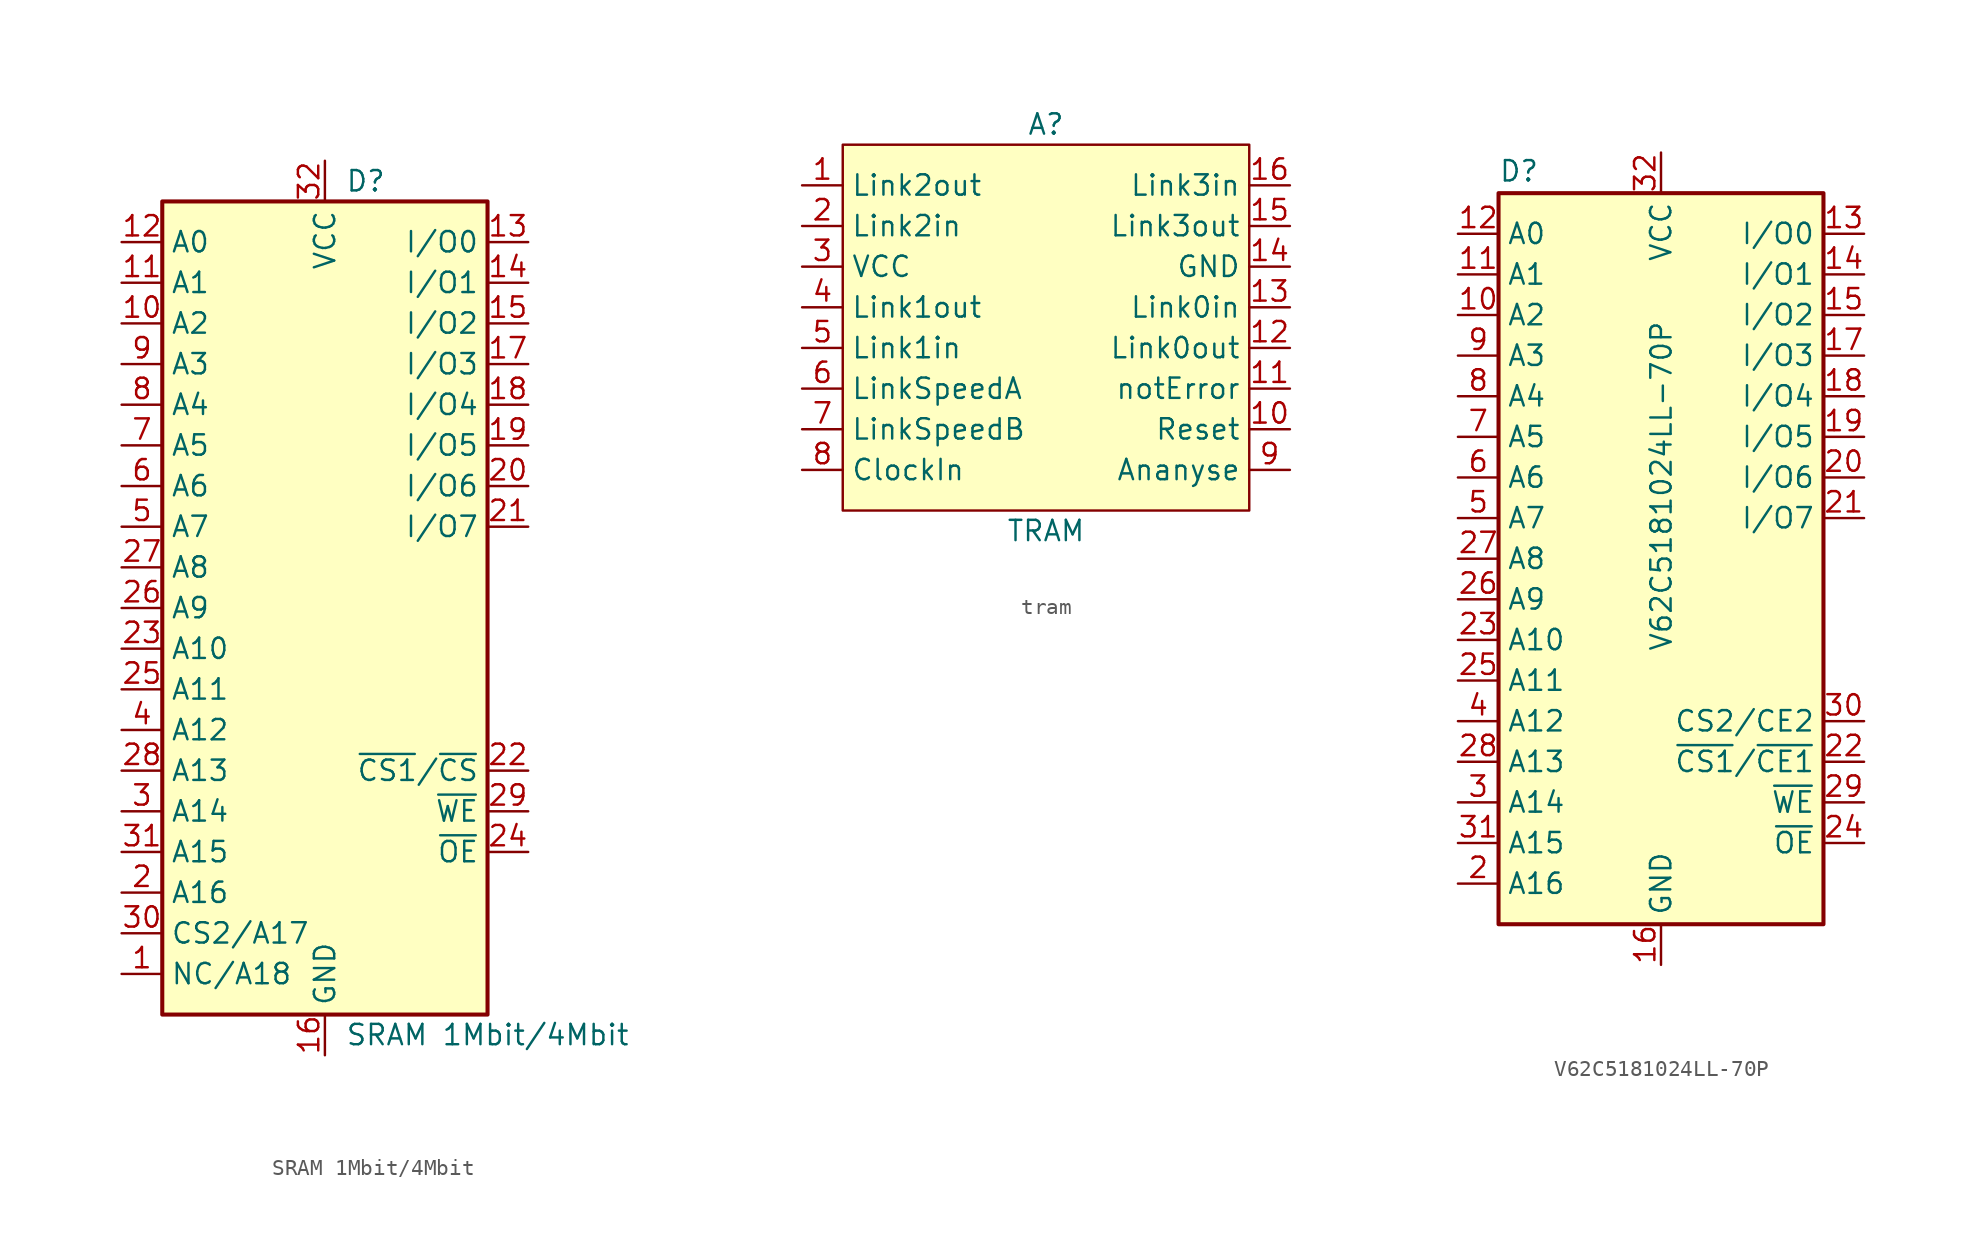
<source format=kicad_sym>
(kicad_symbol_lib
  (version 20241209)
  (generator "kicad_symbol_editor")
  (generator_version "9.0")
  (symbol "SRAM 1Mbit/4Mbit"
    (property "Reference" "D"
      (at 1.27 24.13 0)
      (effects (font (size 1.27 1.27)) (justify left)))
    (property "Value" "SRAM 1Mbit/4Mbit"
      (at 1.27 -29.21 0)
      (effects (font (size 1.27 1.27)) (justify left)))
    (symbol "SRAM 1Mbit/4Mbit_0_0"
      (pin power_in line (at 0 25.4 270) (length 2.54) (name "VCC" (effects (font (size 1.27 1.27)))) (number "32" (effects (font (size 1.27 1.27)))))
      (pin power_in line (at 0 -30.48 90) (length 2.54) (name "GND" (effects (font (size 1.27 1.27)))) (number "16" (effects (font (size 1.27 1.27))))))
    (symbol "SRAM 1Mbit/4Mbit_0_1"
      (rectangle (start -10.16 22.86) (end 10.16 -27.94) (stroke (width 0.254) (type default)) (fill (type background))))
    (symbol "SRAM 1Mbit/4Mbit_1_1"
      (pin input line (at -12.7 20.32 0) (length 2.54) (name "A0" (effects (font (size 1.27 1.27)))) (number "12" (effects (font (size 1.27 1.27)))))
      (pin input line (at -12.7 17.78 0) (length 2.54) (name "A1" (effects (font (size 1.27 1.27)))) (number "11" (effects (font (size 1.27 1.27)))))
      (pin input line (at -12.7 15.24 0) (length 2.54) (name "A2" (effects (font (size 1.27 1.27)))) (number "10" (effects (font (size 1.27 1.27)))))
      (pin input line (at -12.7 12.7 0) (length 2.54) (name "A3" (effects (font (size 1.27 1.27)))) (number "9" (effects (font (size 1.27 1.27)))))
      (pin input line (at -12.7 10.16 0) (length 2.54) (name "A4" (effects (font (size 1.27 1.27)))) (number "8" (effects (font (size 1.27 1.27)))))
      (pin input line (at -12.7 7.62 0) (length 2.54) (name "A5" (effects (font (size 1.27 1.27)))) (number "7" (effects (font (size 1.27 1.27)))))
      (pin input line (at -12.7 5.08 0) (length 2.54) (name "A6" (effects (font (size 1.27 1.27)))) (number "6" (effects (font (size 1.27 1.27)))))
      (pin input line (at -12.7 2.54 0) (length 2.54) (name "A7" (effects (font (size 1.27 1.27)))) (number "5" (effects (font (size 1.27 1.27)))))
      (pin input line (at -12.7 0 0) (length 2.54) (name "A8" (effects (font (size 1.27 1.27)))) (number "27" (effects (font (size 1.27 1.27)))))
      (pin input line (at -12.7 -2.54 0) (length 2.54) (name "A9" (effects (font (size 1.27 1.27)))) (number "26" (effects (font (size 1.27 1.27)))))
      (pin input line (at -12.7 -5.08 0) (length 2.54) (name "A10" (effects (font (size 1.27 1.27)))) (number "23" (effects (font (size 1.27 1.27)))))
      (pin input line (at -12.7 -7.62 0) (length 2.54) (name "A11" (effects (font (size 1.27 1.27)))) (number "25" (effects (font (size 1.27 1.27)))))
      (pin input line (at -12.7 -10.16 0) (length 2.54) (name "A12" (effects (font (size 1.27 1.27)))) (number "4" (effects (font (size 1.27 1.27)))))
      (pin input line (at -12.7 -12.7 0) (length 2.54) (name "A13" (effects (font (size 1.27 1.27)))) (number "28" (effects (font (size 1.27 1.27)))))
      (pin input line (at -12.7 -15.24 0) (length 2.54) (name "A14" (effects (font (size 1.27 1.27)))) (number "3" (effects (font (size 1.27 1.27)))))
      (pin input line (at -12.7 -17.78 0) (length 2.54) (name "A15" (effects (font (size 1.27 1.27)))) (number "31" (effects (font (size 1.27 1.27)))))
      (pin input line (at -12.7 -20.32 0) (length 2.54) (name "A16" (effects (font (size 1.27 1.27)))) (number "2" (effects (font (size 1.27 1.27)))))
      (pin input line (at -12.7 -22.86 0) (length 2.54) (name "CS2/A17" (effects (font (size 1.27 1.27)))) (number "30" (effects (font (size 1.27 1.27)))))
      (pin input line (at -12.7 -25.4 0) (length 2.54) (name "NC/A18" (effects (font (size 1.27 1.27)))) (number "1" (effects (font (size 1.27 1.27)))))
      (pin tri_state line (at 12.7 20.32 180) (length 2.54) (name "I/O0" (effects (font (size 1.27 1.27)))) (number "13" (effects (font (size 1.27 1.27)))))
      (pin tri_state line (at 12.7 17.78 180) (length 2.54) (name "I/O1" (effects (font (size 1.27 1.27)))) (number "14" (effects (font (size 1.27 1.27)))))
      (pin tri_state line (at 12.7 15.24 180) (length 2.54) (name "I/O2" (effects (font (size 1.27 1.27)))) (number "15" (effects (font (size 1.27 1.27)))))
      (pin tri_state line (at 12.7 12.7 180) (length 2.54) (name "I/O3" (effects (font (size 1.27 1.27)))) (number "17" (effects (font (size 1.27 1.27)))))
      (pin tri_state line (at 12.7 10.16 180) (length 2.54) (name "I/O4" (effects (font (size 1.27 1.27)))) (number "18" (effects (font (size 1.27 1.27)))))
      (pin tri_state line (at 12.7 7.62 180) (length 2.54) (name "I/O5" (effects (font (size 1.27 1.27)))) (number "19" (effects (font (size 1.27 1.27)))))
      (pin tri_state line (at 12.7 5.08 180) (length 2.54) (name "I/O6" (effects (font (size 1.27 1.27)))) (number "20" (effects (font (size 1.27 1.27)))))
      (pin tri_state line (at 12.7 2.54 180) (length 2.54) (name "I/O7" (effects (font (size 1.27 1.27)))) (number "21" (effects (font (size 1.27 1.27)))))
      (pin input line (at 12.7 -12.7 180) (length 2.54) (name "~{CS1}/~{CS}" (effects (font (size 1.27 1.27)))) (number "22" (effects (font (size 1.27 1.27)))))
      (pin input line (at 12.7 -15.24 180) (length 2.54) (name "~{WE}" (effects (font (size 1.27 1.27)))) (number "29" (effects (font (size 1.27 1.27)))))
      (pin input line (at 12.7 -17.78 180) (length 2.54) (name "~{OE}" (effects (font (size 1.27 1.27)))) (number "24" (effects (font (size 1.27 1.27)))))))
  (symbol "tram"
    (property "Reference" "A"
      (at 0 3.81 0)
      (do_not_autoplace)
      (effects (font (size 1.27 1.27))))
    (property "Value" "TRAM"
      (at 0 -21.59 0)
      (do_not_autoplace)
      (effects (font (size 1.27 1.27))))
    (symbol "tram_0_0"
      (pin output line (at -15.24 0 0) (length 2.54) (name "Link2out" (effects (font (size 1.27 1.27)))) (number "1" (effects (font (size 1.27 1.27)))))
      (pin input line (at -15.24 -2.54 0) (length 2.54) (name "Link2in" (effects (font (size 1.27 1.27)))) (number "2" (effects (font (size 1.27 1.27)))))
      (pin power_in line (at -15.24 -5.08 0) (length 2.54) (name "VCC" (effects (font (size 1.27 1.27)))) (number "3" (effects (font (size 1.27 1.27)))))
      (pin output line (at -15.24 -7.62 0) (length 2.54) (name "Link1out" (effects (font (size 1.27 1.27)))) (number "4" (effects (font (size 1.27 1.27)))))
      (pin input line (at -15.24 -10.16 0) (length 2.54) (name "Link1in" (effects (font (size 1.27 1.27)))) (number "5" (effects (font (size 1.27 1.27)))))
      (pin input line (at -15.24 -12.7 0) (length 2.54) (name "LinkSpeedA" (effects (font (size 1.27 1.27)))) (number "6" (effects (font (size 1.27 1.27)))))
      (pin input line (at -15.24 -15.24 0) (length 2.54) (name "LinkSpeedB" (effects (font (size 1.27 1.27)))) (number "7" (effects (font (size 1.27 1.27)))))
      (pin input line (at -15.24 -17.78 0) (length 2.54) (name "ClockIn" (effects (font (size 1.27 1.27)))) (number "8" (effects (font (size 1.27 1.27)))))
      (pin input line (at 15.24 0 180) (length 2.54) (name "Link3in" (effects (font (size 1.27 1.27)))) (number "16" (effects (font (size 1.27 1.27)))))
      (pin output line (at 15.24 -2.54 180) (length 2.54) (name "Link3out" (effects (font (size 1.27 1.27)))) (number "15" (effects (font (size 1.27 1.27)))))
      (pin power_in line (at 15.24 -5.08 180) (length 2.54) (name "GND" (effects (font (size 1.27 1.27)))) (number "14" (effects (font (size 1.27 1.27)))))
      (pin input line (at 15.24 -7.62 180) (length 2.54) (name "Link0in" (effects (font (size 1.27 1.27)))) (number "13" (effects (font (size 1.27 1.27)))))
      (pin output line (at 15.24 -10.16 180) (length 2.54) (name "Link0out" (effects (font (size 1.27 1.27)))) (number "12" (effects (font (size 1.27 1.27)))))
      (pin output line (at 15.24 -12.7 180) (length 2.54) (name "notError" (effects (font (size 1.27 1.27)))) (number "11" (effects (font (size 1.27 1.27)))))
      (pin input line (at 15.24 -15.24 180) (length 2.54) (name "Reset" (effects (font (size 1.27 1.27)))) (number "10" (effects (font (size 1.27 1.27)))))
      (pin input line (at 15.24 -17.78 180) (length 2.54) (name "Ananyse" (effects (font (size 1.27 1.27)))) (number "9" (effects (font (size 1.27 1.27))))))
    (symbol "tram_1_1"
      (rectangle (start -12.7 2.54) (end 12.7 -20.32) (stroke (width 0) (type solid)) (fill (type background)))))
  (symbol "V62C5181024LL-70P"
    (property "Reference" "D"
      (at -10.16 23.495 0)
      (effects (font (size 1.27 1.27)) (justify left bottom)))
    (property "Value" "V62C5181024LL-70P"
      (at 0.762 -5.842 90)
      (effects (font (size 1.27 1.27)) (justify left bottom)))
    (symbol "V62C5181024LL-70P_0_0"
      (pin power_in line (at 0 25.4 270) (length 2.54) (name "VCC" (effects (font (size 1.27 1.27)))) (number "32" (effects (font (size 1.27 1.27)))))
      (pin power_in line (at 0 -25.4 90) (length 2.54) (name "GND" (effects (font (size 1.27 1.27)))) (number "16" (effects (font (size 1.27 1.27))))))
    (symbol "V62C5181024LL-70P_0_1"
      (rectangle (start -10.16 22.86) (end 10.16 -22.86) (stroke (width 0.254) (type default)) (fill (type background))))
    (symbol "V62C5181024LL-70P_1_1"
      (pin input line (at -12.7 20.32 0) (length 2.54) (name "A0" (effects (font (size 1.27 1.27)))) (number "12" (effects (font (size 1.27 1.27)))))
      (pin input line (at -12.7 17.78 0) (length 2.54) (name "A1" (effects (font (size 1.27 1.27)))) (number "11" (effects (font (size 1.27 1.27)))))
      (pin input line (at -12.7 15.24 0) (length 2.54) (name "A2" (effects (font (size 1.27 1.27)))) (number "10" (effects (font (size 1.27 1.27)))))
      (pin input line (at -12.7 12.7 0) (length 2.54) (name "A3" (effects (font (size 1.27 1.27)))) (number "9" (effects (font (size 1.27 1.27)))))
      (pin input line (at -12.7 10.16 0) (length 2.54) (name "A4" (effects (font (size 1.27 1.27)))) (number "8" (effects (font (size 1.27 1.27)))))
      (pin input line (at -12.7 7.62 0) (length 2.54) (name "A5" (effects (font (size 1.27 1.27)))) (number "7" (effects (font (size 1.27 1.27)))))
      (pin input line (at -12.7 5.08 0) (length 2.54) (name "A6" (effects (font (size 1.27 1.27)))) (number "6" (effects (font (size 1.27 1.27)))))
      (pin input line (at -12.7 2.54 0) (length 2.54) (name "A7" (effects (font (size 1.27 1.27)))) (number "5" (effects (font (size 1.27 1.27)))))
      (pin input line (at -12.7 0 0) (length 2.54) (name "A8" (effects (font (size 1.27 1.27)))) (number "27" (effects (font (size 1.27 1.27)))))
      (pin input line (at -12.7 -2.54 0) (length 2.54) (name "A9" (effects (font (size 1.27 1.27)))) (number "26" (effects (font (size 1.27 1.27)))))
      (pin input line (at -12.7 -5.08 0) (length 2.54) (name "A10" (effects (font (size 1.27 1.27)))) (number "23" (effects (font (size 1.27 1.27)))))
      (pin input line (at -12.7 -7.62 0) (length 2.54) (name "A11" (effects (font (size 1.27 1.27)))) (number "25" (effects (font (size 1.27 1.27)))))
      (pin input line (at -12.7 -10.16 0) (length 2.54) (name "A12" (effects (font (size 1.27 1.27)))) (number "4" (effects (font (size 1.27 1.27)))))
      (pin input line (at -12.7 -12.7 0) (length 2.54) (name "A13" (effects (font (size 1.27 1.27)))) (number "28" (effects (font (size 1.27 1.27)))))
      (pin input line (at -12.7 -15.24 0) (length 2.54) (name "A14" (effects (font (size 1.27 1.27)))) (number "3" (effects (font (size 1.27 1.27)))))
      (pin input line (at -12.7 -17.78 0) (length 2.54) (name "A15" (effects (font (size 1.27 1.27)))) (number "31" (effects (font (size 1.27 1.27)))))
      (pin input line (at -12.7 -20.32 0) (length 2.54) (name "A16" (effects (font (size 1.27 1.27)))) (number "2" (effects (font (size 1.27 1.27)))))
      (pin no_connect line (at 10.16 -20.32 180) (length 2.54) (hide yes) (name "NC" (effects (font (size 1.27 1.27)))) (number "1" (effects (font (size 1.27 1.27)))))
      (pin tri_state line (at 12.7 20.32 180) (length 2.54) (name "I/O0" (effects (font (size 1.27 1.27)))) (number "13" (effects (font (size 1.27 1.27)))))
      (pin tri_state line (at 12.7 17.78 180) (length 2.54) (name "I/O1" (effects (font (size 1.27 1.27)))) (number "14" (effects (font (size 1.27 1.27)))))
      (pin tri_state line (at 12.7 15.24 180) (length 2.54) (name "I/O2" (effects (font (size 1.27 1.27)))) (number "15" (effects (font (size 1.27 1.27)))))
      (pin tri_state line (at 12.7 12.7 180) (length 2.54) (name "I/O3" (effects (font (size 1.27 1.27)))) (number "17" (effects (font (size 1.27 1.27)))))
      (pin tri_state line (at 12.7 10.16 180) (length 2.54) (name "I/O4" (effects (font (size 1.27 1.27)))) (number "18" (effects (font (size 1.27 1.27)))))
      (pin tri_state line (at 12.7 7.62 180) (length 2.54) (name "I/O5" (effects (font (size 1.27 1.27)))) (number "19" (effects (font (size 1.27 1.27)))))
      (pin tri_state line (at 12.7 5.08 180) (length 2.54) (name "I/O6" (effects (font (size 1.27 1.27)))) (number "20" (effects (font (size 1.27 1.27)))))
      (pin tri_state line (at 12.7 2.54 180) (length 2.54) (name "I/O7" (effects (font (size 1.27 1.27)))) (number "21" (effects (font (size 1.27 1.27)))))
      (pin input line (at 12.7 -10.16 180) (length 2.54) (name "CS2/CE2" (effects (font (size 1.27 1.27)))) (number "30" (effects (font (size 1.27 1.27)))))
      (pin input line (at 12.7 -12.7 180) (length 2.54) (name "~{CS1}/~{CE1}" (effects (font (size 1.27 1.27)))) (number "22" (effects (font (size 1.27 1.27)))))
      (pin input line (at 12.7 -15.24 180) (length 2.54) (name "~{WE}" (effects (font (size 1.27 1.27)))) (number "29" (effects (font (size 1.27 1.27)))))
      (pin input line (at 12.7 -17.78 180) (length 2.54) (name "~{OE}" (effects (font (size 1.27 1.27)))) (number "24" (effects (font (size 1.27 1.27))))))))
</source>
